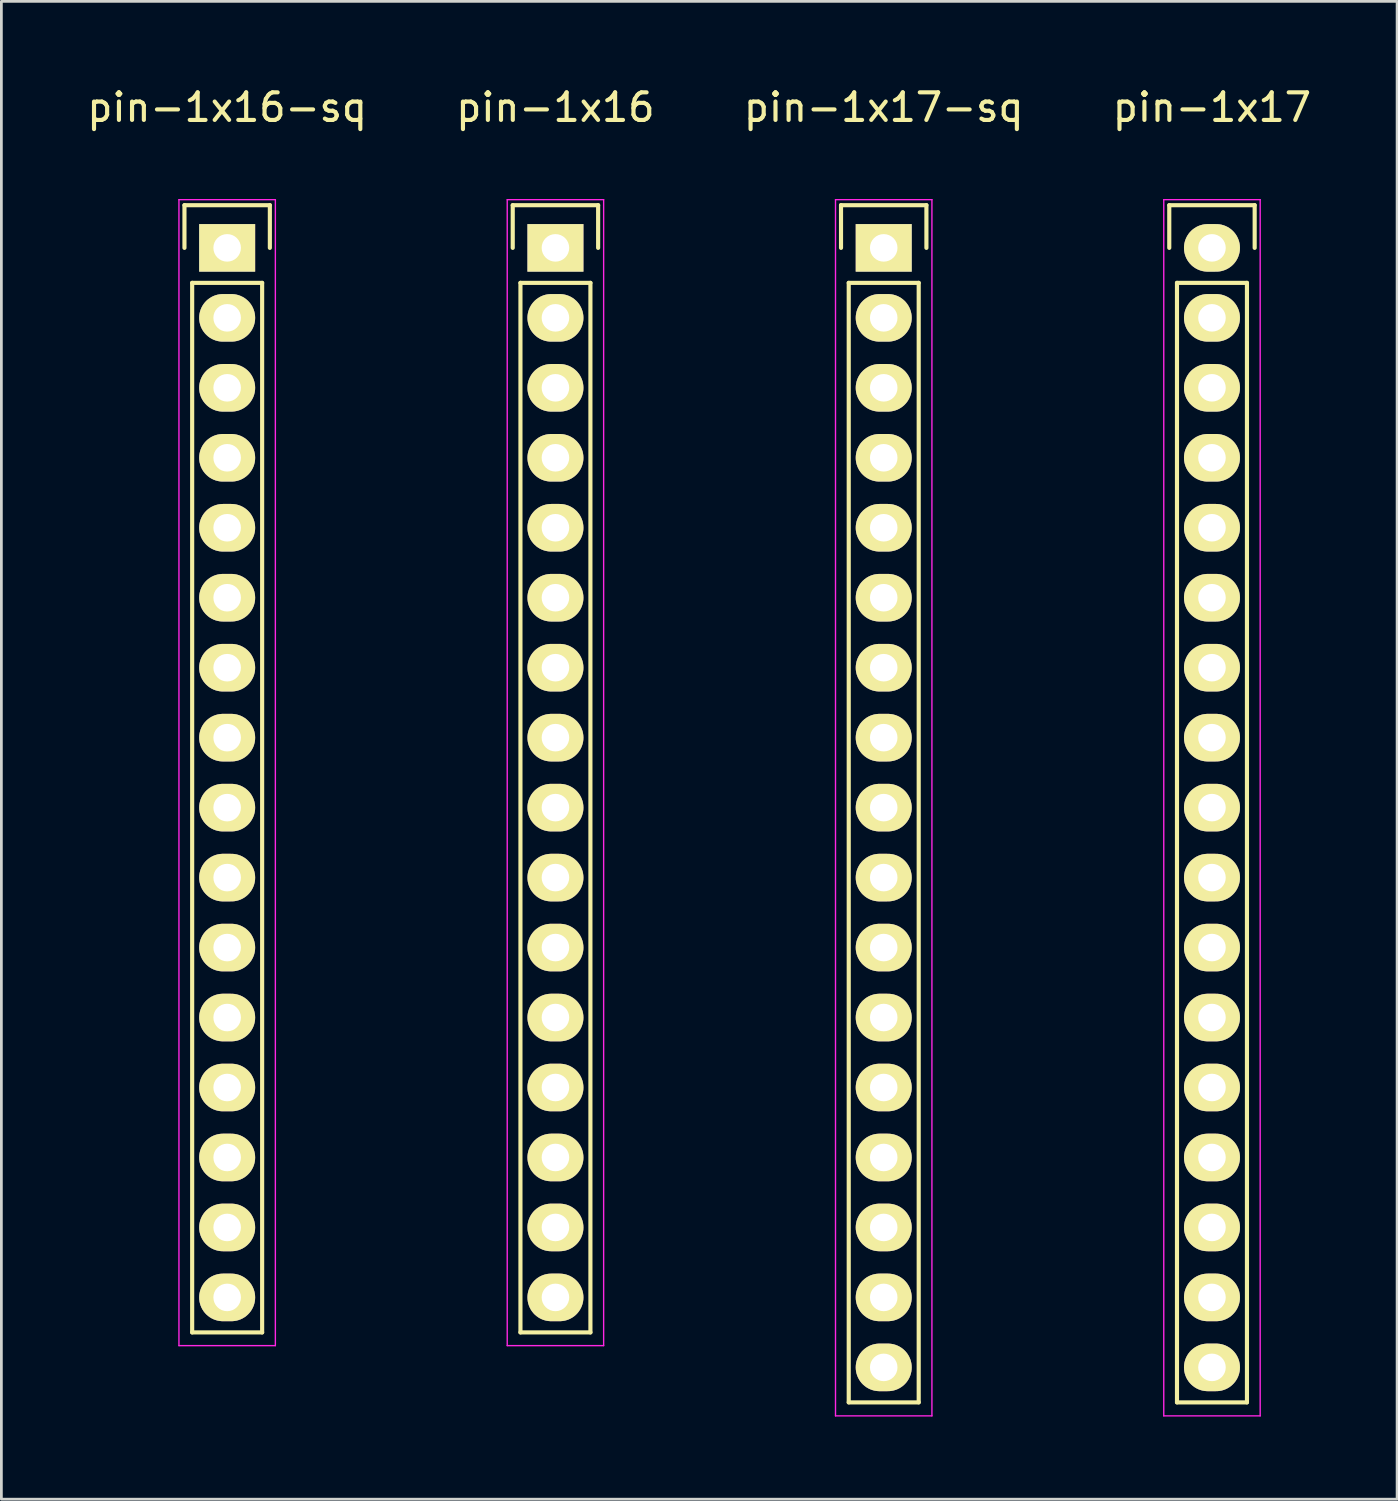
<source format=kicad_pcb>
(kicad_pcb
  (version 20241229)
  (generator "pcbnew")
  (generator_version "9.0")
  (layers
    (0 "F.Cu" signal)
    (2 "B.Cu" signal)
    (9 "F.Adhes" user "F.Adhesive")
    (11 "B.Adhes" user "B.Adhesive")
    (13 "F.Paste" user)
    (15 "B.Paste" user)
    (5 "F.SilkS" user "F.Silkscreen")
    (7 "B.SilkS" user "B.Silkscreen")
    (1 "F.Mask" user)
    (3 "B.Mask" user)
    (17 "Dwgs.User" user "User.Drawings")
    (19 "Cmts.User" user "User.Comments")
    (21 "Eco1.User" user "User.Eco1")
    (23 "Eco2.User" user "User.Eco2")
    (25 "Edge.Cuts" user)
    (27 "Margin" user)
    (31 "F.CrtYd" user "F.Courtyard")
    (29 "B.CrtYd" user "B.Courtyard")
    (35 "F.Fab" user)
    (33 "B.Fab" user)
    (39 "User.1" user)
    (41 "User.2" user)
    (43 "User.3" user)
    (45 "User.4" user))
  (footprint "pin-1x17"
    (layer "F.Cu")
    (at 40.946 5.948)
    (property "Reference" "pin-1x17" (at 0 -5.1 0) (layer "F.SilkS") (effects (font (size 1 1) (thickness 0.15))))
    (attr through_hole)
    (fp_line (start -1.55 -1.55) (end 1.55 -1.55) (stroke (width 0.15) (type solid)) (layer "F.SilkS"))
    (fp_line (start -1.55 0) (end -1.55 -1.55) (stroke (width 0.15) (type solid)) (layer "F.SilkS"))
    (fp_line (start -1.27 41.91) (end -1.27 1.27) (stroke (width 0.15) (type solid)) (layer "F.SilkS"))
    (fp_line (start 1.27 1.27) (end -1.27 1.27) (stroke (width 0.15) (type solid)) (layer "F.SilkS"))
    (fp_line (start 1.27 1.27) (end 1.27 41.91) (stroke (width 0.15) (type solid)) (layer "F.SilkS"))
    (fp_line (start 1.27 41.91) (end -1.27 41.91) (stroke (width 0.15) (type solid)) (layer "F.SilkS"))
    (fp_line (start 1.55 -1.55) (end 1.55 0) (stroke (width 0.15) (type solid)) (layer "F.SilkS"))
    (fp_line (start -1.75 -1.75) (end -1.75 42.4) (stroke (width 0.05) (type solid)) (layer "F.CrtYd"))
    (fp_line (start -1.75 -1.75) (end 1.75 -1.75) (stroke (width 0.05) (type solid)) (layer "F.CrtYd"))
    (fp_line (start -1.75 42.4) (end 1.75 42.4) (stroke (width 0.05) (type solid)) (layer "F.CrtYd"))
    (fp_line (start 1.75 -1.75) (end 1.75 42.4) (stroke (width 0.05) (type solid)) (layer "F.CrtYd"))
    (pad "1" thru_hole oval (at 0 0) (size 2.032 1.727) (drill 1) (layers "*.Cu" "*.Mask" "F.SilkS"))
    (pad "2" thru_hole oval (at 0 2.54) (size 2.032 1.727) (drill 1) (layers "*.Cu" "*.Mask" "F.SilkS"))
    (pad "3" thru_hole oval (at 0 5.08) (size 2.032 1.727) (drill 1) (layers "*.Cu" "*.Mask" "F.SilkS"))
    (pad "4" thru_hole oval (at 0 7.62) (size 2.032 1.727) (drill 1) (layers "*.Cu" "*.Mask" "F.SilkS"))
    (pad "5" thru_hole oval (at 0 10.16) (size 2.032 1.727) (drill 1) (layers "*.Cu" "*.Mask" "F.SilkS"))
    (pad "6" thru_hole oval (at 0 12.7) (size 2.032 1.727) (drill 1) (layers "*.Cu" "*.Mask" "F.SilkS"))
    (pad "7" thru_hole oval (at 0 15.24) (size 2.032 1.727) (drill 1) (layers "*.Cu" "*.Mask" "F.SilkS"))
    (pad "8" thru_hole oval (at 0 17.78) (size 2.032 1.727) (drill 1) (layers "*.Cu" "*.Mask" "F.SilkS"))
    (pad "9" thru_hole oval (at 0 20.32) (size 2.032 1.727) (drill 1) (layers "*.Cu" "*.Mask" "F.SilkS"))
    (pad "10" thru_hole oval (at 0 22.86) (size 2.032 1.727) (drill 1) (layers "*.Cu" "*.Mask" "F.SilkS"))
    (pad "11" thru_hole oval (at 0 25.4) (size 2.032 1.727) (drill 1) (layers "*.Cu" "*.Mask" "F.SilkS"))
    (pad "12" thru_hole oval (at 0 27.94) (size 2.032 1.727) (drill 1) (layers "*.Cu" "*.Mask" "F.SilkS"))
    (pad "13" thru_hole oval (at 0 30.48) (size 2.032 1.727) (drill 1) (layers "*.Cu" "*.Mask" "F.SilkS"))
    (pad "14" thru_hole oval (at 0 33.02) (size 2.032 1.727) (drill 1) (layers "*.Cu" "*.Mask" "F.SilkS"))
    (pad "15" thru_hole oval (at 0 35.56) (size 2.032 1.727) (drill 1) (layers "*.Cu" "*.Mask" "F.SilkS"))
    (pad "16" thru_hole oval (at 0 38.1) (size 2.032 1.727) (drill 1) (layers "*.Cu" "*.Mask" "F.SilkS"))
    (pad "17" thru_hole oval (at 0 40.64) (size 2.032 1.727) (drill 1) (layers "*.Cu" "*.Mask" "F.SilkS")))
  (footprint "pin-1x17-sq"
    (layer "F.Cu")
    (at 29.03 5.948)
    (property "Reference" "pin-1x17-sq" (at 0 -5.1 0) (layer "F.SilkS") (effects (font (size 1 1) (thickness 0.15))))
    (attr through_hole)
    (fp_line (start -1.55 -1.55) (end 1.55 -1.55) (stroke (width 0.15) (type solid)) (layer "F.SilkS"))
    (fp_line (start -1.55 0) (end -1.55 -1.55) (stroke (width 0.15) (type solid)) (layer "F.SilkS"))
    (fp_line (start -1.27 41.91) (end -1.27 1.27) (stroke (width 0.15) (type solid)) (layer "F.SilkS"))
    (fp_line (start 1.27 1.27) (end -1.27 1.27) (stroke (width 0.15) (type solid)) (layer "F.SilkS"))
    (fp_line (start 1.27 1.27) (end 1.27 41.91) (stroke (width 0.15) (type solid)) (layer "F.SilkS"))
    (fp_line (start 1.27 41.91) (end -1.27 41.91) (stroke (width 0.15) (type solid)) (layer "F.SilkS"))
    (fp_line (start 1.55 -1.55) (end 1.55 0) (stroke (width 0.15) (type solid)) (layer "F.SilkS"))
    (fp_line (start -1.75 -1.75) (end -1.75 42.4) (stroke (width 0.05) (type solid)) (layer "F.CrtYd"))
    (fp_line (start -1.75 -1.75) (end 1.75 -1.75) (stroke (width 0.05) (type solid)) (layer "F.CrtYd"))
    (fp_line (start -1.75 42.4) (end 1.75 42.4) (stroke (width 0.05) (type solid)) (layer "F.CrtYd"))
    (fp_line (start 1.75 -1.75) (end 1.75 42.4) (stroke (width 0.05) (type solid)) (layer "F.CrtYd"))
    (pad "1" thru_hole rect (at 0 0) (size 2.032 1.727) (drill 1) (layers "*.Cu" "*.Mask" "F.SilkS"))
    (pad "2" thru_hole oval (at 0 2.54) (size 2.032 1.727) (drill 1) (layers "*.Cu" "*.Mask" "F.SilkS"))
    (pad "3" thru_hole oval (at 0 5.08) (size 2.032 1.727) (drill 1) (layers "*.Cu" "*.Mask" "F.SilkS"))
    (pad "4" thru_hole oval (at 0 7.62) (size 2.032 1.727) (drill 1) (layers "*.Cu" "*.Mask" "F.SilkS"))
    (pad "5" thru_hole oval (at 0 10.16) (size 2.032 1.727) (drill 1) (layers "*.Cu" "*.Mask" "F.SilkS"))
    (pad "6" thru_hole oval (at 0 12.7) (size 2.032 1.727) (drill 1) (layers "*.Cu" "*.Mask" "F.SilkS"))
    (pad "7" thru_hole oval (at 0 15.24) (size 2.032 1.727) (drill 1) (layers "*.Cu" "*.Mask" "F.SilkS"))
    (pad "8" thru_hole oval (at 0 17.78) (size 2.032 1.727) (drill 1) (layers "*.Cu" "*.Mask" "F.SilkS"))
    (pad "9" thru_hole oval (at 0 20.32) (size 2.032 1.727) (drill 1) (layers "*.Cu" "*.Mask" "F.SilkS"))
    (pad "10" thru_hole oval (at 0 22.86) (size 2.032 1.727) (drill 1) (layers "*.Cu" "*.Mask" "F.SilkS"))
    (pad "11" thru_hole oval (at 0 25.4) (size 2.032 1.727) (drill 1) (layers "*.Cu" "*.Mask" "F.SilkS"))
    (pad "12" thru_hole oval (at 0 27.94) (size 2.032 1.727) (drill 1) (layers "*.Cu" "*.Mask" "F.SilkS"))
    (pad "13" thru_hole oval (at 0 30.48) (size 2.032 1.727) (drill 1) (layers "*.Cu" "*.Mask" "F.SilkS"))
    (pad "14" thru_hole oval (at 0 33.02) (size 2.032 1.727) (drill 1) (layers "*.Cu" "*.Mask" "F.SilkS"))
    (pad "15" thru_hole oval (at 0 35.56) (size 2.032 1.727) (drill 1) (layers "*.Cu" "*.Mask" "F.SilkS"))
    (pad "16" thru_hole oval (at 0 38.1) (size 2.032 1.727) (drill 1) (layers "*.Cu" "*.Mask" "F.SilkS"))
    (pad "17" thru_hole oval (at 0 40.64) (size 2.032 1.727) (drill 1) (layers "*.Cu" "*.Mask" "F.SilkS")))
  (footprint "pin-1x16-sq"
    (layer "F.Cu")
    (at 5.196 5.948)
    (property "Reference" "pin-1x16-sq" (at 0 -5.1 0) (layer "F.SilkS") (effects (font (size 1 1) (thickness 0.15))))
    (attr through_hole)
    (fp_line (start -1.55 -1.55) (end 1.55 -1.55) (stroke (width 0.15) (type solid)) (layer "F.SilkS"))
    (fp_line (start -1.55 0) (end -1.55 -1.55) (stroke (width 0.15) (type solid)) (layer "F.SilkS"))
    (fp_line (start -1.27 1.27) (end -1.27 39.37) (stroke (width 0.15) (type solid)) (layer "F.SilkS"))
    (fp_line (start -1.27 39.37) (end 1.27 39.37) (stroke (width 0.15) (type solid)) (layer "F.SilkS"))
    (fp_line (start 1.27 1.27) (end -1.27 1.27) (stroke (width 0.15) (type solid)) (layer "F.SilkS"))
    (fp_line (start 1.27 39.37) (end 1.27 1.27) (stroke (width 0.15) (type solid)) (layer "F.SilkS"))
    (fp_line (start 1.55 -1.55) (end 1.55 0) (stroke (width 0.15) (type solid)) (layer "F.SilkS"))
    (fp_line (start -1.75 -1.75) (end -1.75 39.85) (stroke (width 0.05) (type solid)) (layer "F.CrtYd"))
    (fp_line (start -1.75 -1.75) (end 1.75 -1.75) (stroke (width 0.05) (type solid)) (layer "F.CrtYd"))
    (fp_line (start -1.75 39.85) (end 1.75 39.85) (stroke (width 0.05) (type solid)) (layer "F.CrtYd"))
    (fp_line (start 1.75 -1.75) (end 1.75 39.85) (stroke (width 0.05) (type solid)) (layer "F.CrtYd"))
    (pad "1" thru_hole rect (at 0 0) (size 2.032 1.727) (drill 1) (layers "*.Cu" "*.Mask" "F.SilkS"))
    (pad "2" thru_hole oval (at 0 2.54) (size 2.032 1.727) (drill 1) (layers "*.Cu" "*.Mask" "F.SilkS"))
    (pad "3" thru_hole oval (at 0 5.08) (size 2.032 1.727) (drill 1) (layers "*.Cu" "*.Mask" "F.SilkS"))
    (pad "4" thru_hole oval (at 0 7.62) (size 2.032 1.727) (drill 1) (layers "*.Cu" "*.Mask" "F.SilkS"))
    (pad "5" thru_hole oval (at 0 10.16) (size 2.032 1.727) (drill 1) (layers "*.Cu" "*.Mask" "F.SilkS"))
    (pad "6" thru_hole oval (at 0 12.7) (size 2.032 1.727) (drill 1) (layers "*.Cu" "*.Mask" "F.SilkS"))
    (pad "7" thru_hole oval (at 0 15.24) (size 2.032 1.727) (drill 1) (layers "*.Cu" "*.Mask" "F.SilkS"))
    (pad "8" thru_hole oval (at 0 17.78) (size 2.032 1.727) (drill 1) (layers "*.Cu" "*.Mask" "F.SilkS"))
    (pad "9" thru_hole oval (at 0 20.32) (size 2.032 1.727) (drill 1) (layers "*.Cu" "*.Mask" "F.SilkS"))
    (pad "10" thru_hole oval (at 0 22.86) (size 2.032 1.727) (drill 1) (layers "*.Cu" "*.Mask" "F.SilkS"))
    (pad "11" thru_hole oval (at 0 25.4) (size 2.032 1.727) (drill 1) (layers "*.Cu" "*.Mask" "F.SilkS"))
    (pad "12" thru_hole oval (at 0 27.94) (size 2.032 1.727) (drill 1) (layers "*.Cu" "*.Mask" "F.SilkS"))
    (pad "13" thru_hole oval (at 0 30.48) (size 2.032 1.727) (drill 1) (layers "*.Cu" "*.Mask" "F.SilkS"))
    (pad "14" thru_hole oval (at 0 33.02) (size 2.032 1.727) (drill 1) (layers "*.Cu" "*.Mask" "F.SilkS"))
    (pad "15" thru_hole oval (at 0 35.56) (size 2.032 1.727) (drill 1) (layers "*.Cu" "*.Mask" "F.SilkS"))
    (pad "16" thru_hole oval (at 0 38.1) (size 2.032 1.727) (drill 1) (layers "*.Cu" "*.Mask" "F.SilkS")))
  (footprint "pin-1x16"
    (layer "F.Cu")
    (at 17.113 5.948)
    (property "Reference" "pin-1x16" (at 0 -5.1 0) (layer "F.SilkS") (effects (font (size 1 1) (thickness 0.15))))
    (attr through_hole)
    (fp_line (start -1.55 -1.55) (end 1.55 -1.55) (stroke (width 0.15) (type solid)) (layer "F.SilkS"))
    (fp_line (start -1.55 0) (end -1.55 -1.55) (stroke (width 0.15) (type solid)) (layer "F.SilkS"))
    (fp_line (start -1.27 1.27) (end -1.27 39.37) (stroke (width 0.15) (type solid)) (layer "F.SilkS"))
    (fp_line (start -1.27 39.37) (end 1.27 39.37) (stroke (width 0.15) (type solid)) (layer "F.SilkS"))
    (fp_line (start 1.27 1.27) (end -1.27 1.27) (stroke (width 0.15) (type solid)) (layer "F.SilkS"))
    (fp_line (start 1.27 39.37) (end 1.27 1.27) (stroke (width 0.15) (type solid)) (layer "F.SilkS"))
    (fp_line (start 1.55 -1.55) (end 1.55 0) (stroke (width 0.15) (type solid)) (layer "F.SilkS"))
    (fp_line (start -1.75 -1.75) (end -1.75 39.85) (stroke (width 0.05) (type solid)) (layer "F.CrtYd"))
    (fp_line (start -1.75 -1.75) (end 1.75 -1.75) (stroke (width 0.05) (type solid)) (layer "F.CrtYd"))
    (fp_line (start -1.75 39.85) (end 1.75 39.85) (stroke (width 0.05) (type solid)) (layer "F.CrtYd"))
    (fp_line (start 1.75 -1.75) (end 1.75 39.85) (stroke (width 0.05) (type solid)) (layer "F.CrtYd"))
    (pad "1" thru_hole rect (at 0 0) (size 2.032 1.727) (drill 1) (layers "*.Cu" "*.Mask" "F.SilkS"))
    (pad "2" thru_hole oval (at 0 2.54) (size 2.032 1.727) (drill 1) (layers "*.Cu" "*.Mask" "F.SilkS"))
    (pad "3" thru_hole oval (at 0 5.08) (size 2.032 1.727) (drill 1) (layers "*.Cu" "*.Mask" "F.SilkS"))
    (pad "4" thru_hole oval (at 0 7.62) (size 2.032 1.727) (drill 1) (layers "*.Cu" "*.Mask" "F.SilkS"))
    (pad "5" thru_hole oval (at 0 10.16) (size 2.032 1.727) (drill 1) (layers "*.Cu" "*.Mask" "F.SilkS"))
    (pad "6" thru_hole oval (at 0 12.7) (size 2.032 1.727) (drill 1) (layers "*.Cu" "*.Mask" "F.SilkS"))
    (pad "7" thru_hole oval (at 0 15.24) (size 2.032 1.727) (drill 1) (layers "*.Cu" "*.Mask" "F.SilkS"))
    (pad "8" thru_hole oval (at 0 17.78) (size 2.032 1.727) (drill 1) (layers "*.Cu" "*.Mask" "F.SilkS"))
    (pad "9" thru_hole oval (at 0 20.32) (size 2.032 1.727) (drill 1) (layers "*.Cu" "*.Mask" "F.SilkS"))
    (pad "10" thru_hole oval (at 0 22.86) (size 2.032 1.727) (drill 1) (layers "*.Cu" "*.Mask" "F.SilkS"))
    (pad "11" thru_hole oval (at 0 25.4) (size 2.032 1.727) (drill 1) (layers "*.Cu" "*.Mask" "F.SilkS"))
    (pad "12" thru_hole oval (at 0 27.94) (size 2.032 1.727) (drill 1) (layers "*.Cu" "*.Mask" "F.SilkS"))
    (pad "13" thru_hole oval (at 0 30.48) (size 2.032 1.727) (drill 1) (layers "*.Cu" "*.Mask" "F.SilkS"))
    (pad "14" thru_hole oval (at 0 33.02) (size 2.032 1.727) (drill 1) (layers "*.Cu" "*.Mask" "F.SilkS"))
    (pad "15" thru_hole oval (at 0 35.56) (size 2.032 1.727) (drill 1) (layers "*.Cu" "*.Mask" "F.SilkS"))
    (pad "16" thru_hole oval (at 0 38.1) (size 2.032 1.727) (drill 1) (layers "*.Cu" "*.Mask" "F.SilkS")))
  (gr_rect
    (start -3 -3)
    (end 47.667 51.373)
    (stroke (width 0.1) (type default))
    (fill no)
    (layer "Edge.Cuts")))
</source>
